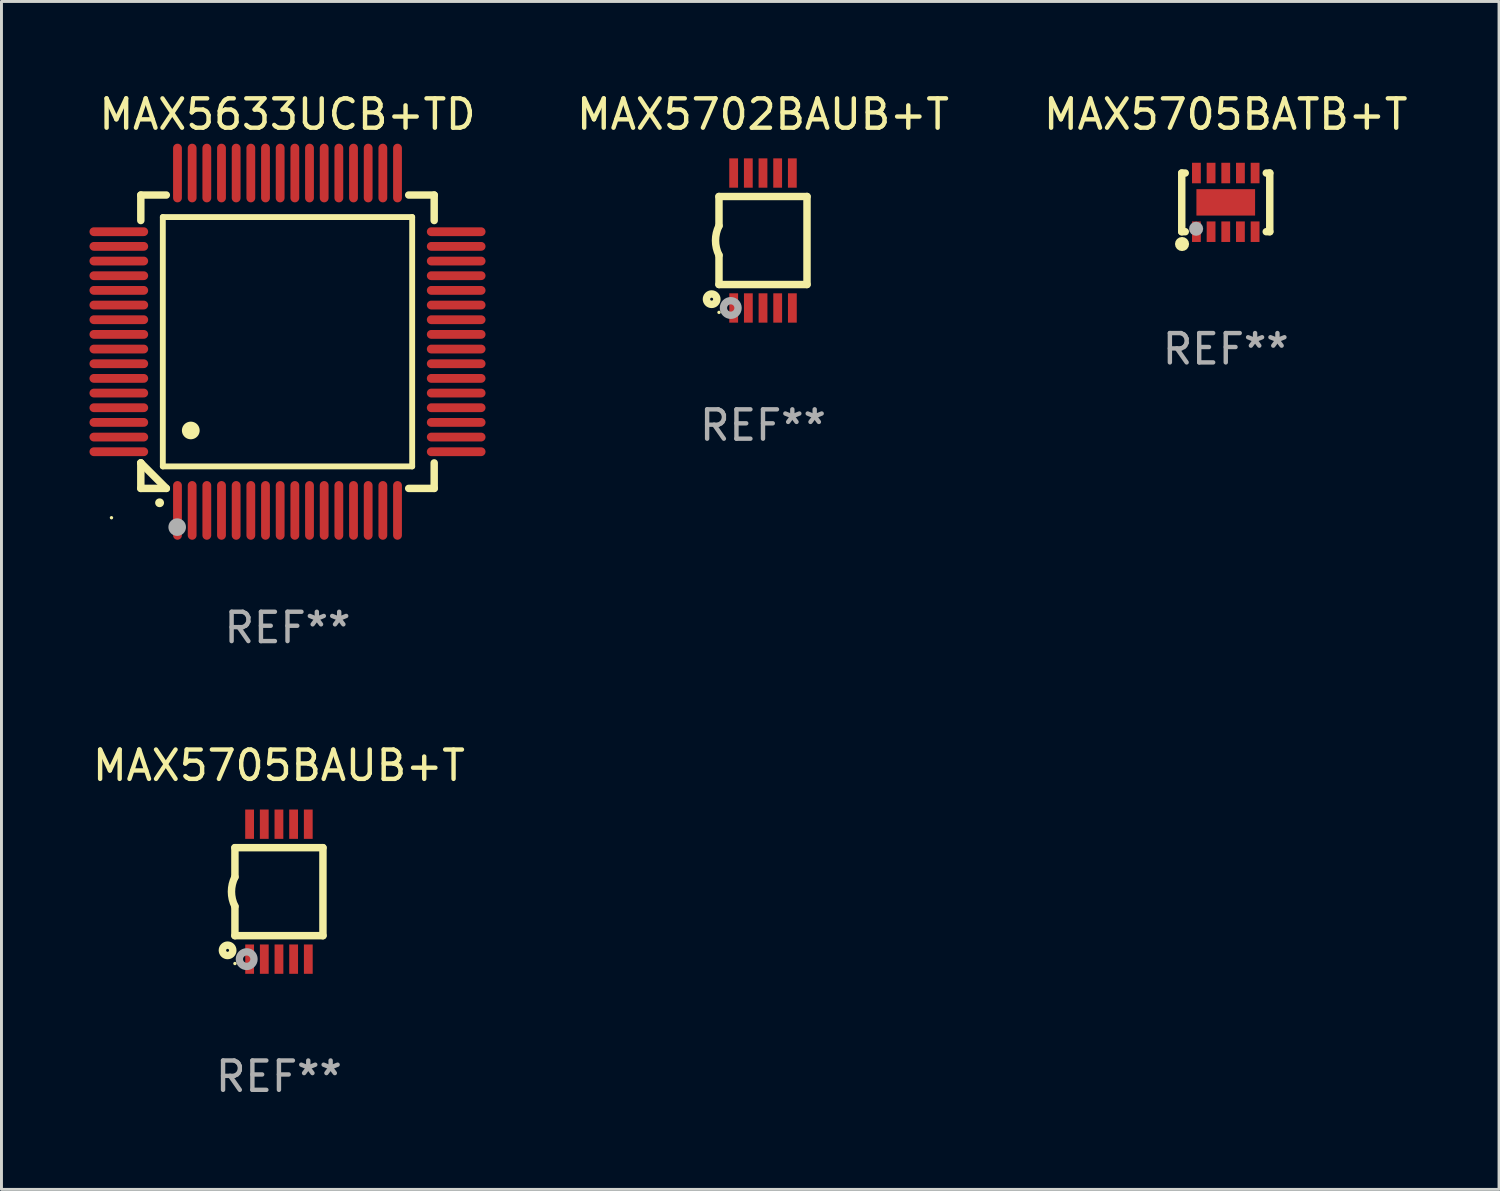
<source format=kicad_pcb>
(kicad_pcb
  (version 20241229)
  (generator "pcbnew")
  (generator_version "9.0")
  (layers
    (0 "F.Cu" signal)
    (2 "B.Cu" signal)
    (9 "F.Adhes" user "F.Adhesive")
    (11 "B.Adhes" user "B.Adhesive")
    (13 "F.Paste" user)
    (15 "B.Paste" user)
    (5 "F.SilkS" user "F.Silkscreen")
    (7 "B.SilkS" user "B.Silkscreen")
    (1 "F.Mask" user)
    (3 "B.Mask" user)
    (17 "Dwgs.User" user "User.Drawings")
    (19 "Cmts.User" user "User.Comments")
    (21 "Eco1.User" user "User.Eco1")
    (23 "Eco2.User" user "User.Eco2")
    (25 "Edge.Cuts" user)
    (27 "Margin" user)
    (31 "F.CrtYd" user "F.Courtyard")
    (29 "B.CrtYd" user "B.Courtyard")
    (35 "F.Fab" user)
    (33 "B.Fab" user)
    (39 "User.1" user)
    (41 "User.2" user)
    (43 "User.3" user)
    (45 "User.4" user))
  (footprint "MAX5705BATB+T"
    (layer "F.Cu")
    (at 38.732 3.848)
    (property "Reference" "MAX5705BATB+T" (at 0 -3 0) (layer "F.SilkS") (effects (font (size 1 1) (thickness 0.15))))
    (attr through_hole)
    (fp_line (start -1.5 -1) (end -1.5 1) (stroke (width 0.254) (type solid)) (layer "F.SilkS"))
    (fp_line (start -1.5 -1) (end -1.381 -1) (stroke (width 0.254) (type solid)) (layer "F.SilkS"))
    (fp_line (start -1.5 1) (end -1.381 1) (stroke (width 0.254) (type solid)) (layer "F.SilkS"))
    (fp_line (start 1.381 -1) (end 1.5 -1) (stroke (width 0.254) (type solid)) (layer "F.SilkS"))
    (fp_line (start 1.381 1) (end 1.5 1) (stroke (width 0.254) (type solid)) (layer "F.SilkS"))
    (fp_line (start 1.5 -1) (end 1.5 1) (stroke (width 0.254) (type solid)) (layer "F.SilkS"))
    (fp_circle (center -1.5 1) (end -1.47 1) (stroke (width 0.06) (type solid)) (fill no) (layer "F.SilkS"))
    (fp_circle (center -1.49 1.42) (end -1.37 1.42) (stroke (width 0.24) (type solid)) (fill no) (layer "F.SilkS"))
    (fp_circle (center -1.01 0.9) (end -0.89 0.9) (stroke (width 0.24) (type solid)) (fill no) (layer "F.Fab"))
    (fp_text user "REF**" (at 0 5 0) (layer "F.Fab") (effects (font (size 1 1) (thickness 0.15))))
    (pad "1" smd rect (at -1 1) (size 0.3 0.7) (layers "F.Cu" "F.Mask" "F.Paste"))
    (pad "2" smd rect (at -0.5 1) (size 0.3 0.7) (layers "F.Cu" "F.Mask" "F.Paste"))
    (pad "3" smd rect (at 0 1) (size 0.3 0.7) (layers "F.Cu" "F.Mask" "F.Paste"))
    (pad "4" smd rect (at 0.5 1) (size 0.3 0.7) (layers "F.Cu" "F.Mask" "F.Paste"))
    (pad "5" smd rect (at 1 1) (size 0.3 0.7) (layers "F.Cu" "F.Mask" "F.Paste"))
    (pad "6" smd rect (at 1 -1) (size 0.3 0.7) (layers "F.Cu" "F.Mask" "F.Paste"))
    (pad "7" smd rect (at 0.5 -1) (size 0.3 0.7) (layers "F.Cu" "F.Mask" "F.Paste"))
    (pad "8" smd rect (at 0 -1) (size 0.3 0.7) (layers "F.Cu" "F.Mask" "F.Paste"))
    (pad "9" smd rect (at -0.5 -1) (size 0.3 0.7) (layers "F.Cu" "F.Mask" "F.Paste"))
    (pad "10" smd rect (at -1 -1) (size 0.3 0.7) (layers "F.Cu" "F.Mask" "F.Paste"))
    (pad "11" smd rect (at 0 0 90) (size 0.9 2) (layers "F.Cu" "F.Mask" "F.Paste")))
  (footprint "MAX5702BAUB+T"
    (layer "F.Cu")
    (at 22.958 5.148)
    (property "Reference" "MAX5702BAUB+T" (at 0 -4.3 0) (layer "F.SilkS") (effects (font (size 1 1) (thickness 0.15))))
    (attr through_hole)
    (fp_line (start -1.5 -1.5) (end -1.5 -0.5) (stroke (width 0.254) (type solid)) (layer "F.SilkS"))
    (fp_line (start -1.5 1.5) (end -1.5 0.5) (stroke (width 0.254) (type solid)) (layer "F.SilkS"))
    (fp_line (start -1.5 1.5) (end 1.5 1.5) (stroke (width 0.254) (type solid)) (layer "F.SilkS"))
    (fp_line (start 1.5 1.5) (end 1.5 -1.5) (stroke (width 0.254) (type solid)) (layer "F.SilkS"))
    (fp_line (start 1.5 -1.5) (end -1.5 -1.5) (stroke (width 0.254) (type solid)) (layer "F.SilkS"))
    (fp_arc (start -1.500165 0.5) (mid -1.618199 0) (end -1.500165 -0.5) (stroke (width 0.254001) (type solid)) (layer "F.SilkS"))
    (fp_circle (center -1.75 2) (end -1.573 2) (stroke (width 0.254) (type solid)) (fill no) (layer "F.SilkS"))
    (fp_circle (center -1.499 2.45) (end -1.469 2.45) (stroke (width 0.06) (type solid)) (fill no) (layer "F.SilkS"))
    (fp_circle (center -1.099 2.3) (end -0.975 2.3) (stroke (width 0.25) (type solid)) (fill no) (layer "F.Fab"))
    (fp_text user "REF**" (at 0 6.3 0) (layer "F.Fab") (effects (font (size 1 1) (thickness 0.15))))
    (pad "1" smd rect (at -0.999 2.3 180) (size 0.3 1) (layers "F.Cu" "F.Mask" "F.Paste"))
    (pad "2" smd rect (at -0.499 2.3 180) (size 0.3 1) (layers "F.Cu" "F.Mask" "F.Paste"))
    (pad "3" smd rect (at 0.001 2.3 180) (size 0.3 1) (layers "F.Cu" "F.Mask" "F.Paste"))
    (pad "4" smd rect (at 0.501 2.3 180) (size 0.3 1) (layers "F.Cu" "F.Mask" "F.Paste"))
    (pad "5" smd rect (at 1.001 2.3 180) (size 0.3 1) (layers "F.Cu" "F.Mask" "F.Paste"))
    (pad "6" smd rect (at 1 -2.3 180) (size 0.3 1) (layers "F.Cu" "F.Mask" "F.Paste"))
    (pad "7" smd rect (at 0.5 -2.3 180) (size 0.3 1) (layers "F.Cu" "F.Mask" "F.Paste"))
    (pad "8" smd rect (at -0.000165 -2.3 180) (size 0.3 1) (layers "F.Cu" "F.Mask" "F.Paste"))
    (pad "9" smd rect (at -0.5 -2.3 180) (size 0.3 1) (layers "F.Cu" "F.Mask" "F.Paste"))
    (pad "10" smd rect (at -1 -2.3 180) (size 0.3 1) (layers "F.Cu" "F.Mask" "F.Paste")))
  (footprint "MAX5633UCB+TD"
    (layer "F.Cu")
    (at 6.75 8.598)
    (property "Reference" "MAX5633UCB+TD" (at 0 -7.75 0) (layer "F.SilkS") (effects (font (size 1 1) (thickness 0.15))))
    (attr through_hole)
    (fp_line (start -5 -5) (end -4.131 -5) (stroke (width 0.254) (type solid)) (layer "F.SilkS"))
    (fp_line (start -5 -4.131) (end -5 -5) (stroke (width 0.254) (type solid)) (layer "F.SilkS"))
    (fp_line (start -5 4.131) (end -5 4.131) (stroke (width 0.254) (type solid)) (layer "F.SilkS"))
    (fp_line (start -5 5) (end -5 4.131) (stroke (width 0.254) (type solid)) (layer "F.SilkS"))
    (fp_line (start -5 4.131) (end -4.131 5) (stroke (width 0.254) (type solid)) (layer "F.SilkS"))
    (fp_line (start -4.25 -4.25) (end -4.25 4.25) (stroke (width 0.2) (type solid)) (layer "F.SilkS"))
    (fp_line (start -4.25 4.25) (end 4.25 4.25) (stroke (width 0.2) (type solid)) (layer "F.SilkS"))
    (fp_line (start -4.131 5) (end -5 5) (stroke (width 0.254) (type solid)) (layer "F.SilkS"))
    (fp_line (start 4.25 -4.25) (end -4.25 -4.25) (stroke (width 0.2) (type solid)) (layer "F.SilkS"))
    (fp_line (start 4.25 4.25) (end 4.25 -4.25) (stroke (width 0.2) (type solid)) (layer "F.SilkS"))
    (fp_line (start 5 -5) (end 4.131 -5) (stroke (width 0.254) (type solid)) (layer "F.SilkS"))
    (fp_line (start 5 -5) (end 5 -4.131) (stroke (width 0.254) (type solid)) (layer "F.SilkS"))
    (fp_line (start 5 4.131) (end 5 5) (stroke (width 0.254) (type solid)) (layer "F.SilkS"))
    (fp_line (start 5 5) (end 4.131 5) (stroke (width 0.254) (type solid)) (layer "F.SilkS"))
    (fp_arc (start -4.361265 5.489992) (mid -4.359995 5.489987) (end -4.358725 5.489992) (stroke (width 0.3) (type solid)) (layer "F.SilkS"))
    (fp_arc (start -3.299467 3.025146) (mid -3.296927 3.025135) (end -3.294387 3.025146) (stroke (width 0.6) (type solid)) (layer "F.SilkS"))
    (fp_circle (center -6 6) (end -5.97 6) (stroke (width 0.06) (type solid)) (fill no) (layer "F.SilkS"))
    (fp_circle (center -3.76 6.32) (end -3.61 6.32) (stroke (width 0.3) (type solid)) (fill no) (layer "F.Fab"))
    (fp_text user "REF**" (at 0 9.75 0) (layer "F.Fab") (effects (font (size 1 1) (thickness 0.15))))
    (pad "1" smd oval (at -3.75 5.75) (size 0.3 2) (layers "F.Cu" "F.Mask" "F.Paste"))
    (pad "2" smd oval (at -3.25 5.75) (size 0.3 2) (layers "F.Cu" "F.Mask" "F.Paste"))
    (pad "3" smd oval (at -2.75 5.75) (size 0.3 2) (layers "F.Cu" "F.Mask" "F.Paste"))
    (pad "4" smd oval (at -2.25 5.75) (size 0.3 2) (layers "F.Cu" "F.Mask" "F.Paste"))
    (pad "5" smd oval (at -1.75 5.75) (size 0.3 2) (layers "F.Cu" "F.Mask" "F.Paste"))
    (pad "6" smd oval (at -1.25 5.75) (size 0.3 2) (layers "F.Cu" "F.Mask" "F.Paste"))
    (pad "7" smd oval (at -0.75 5.75) (size 0.3 2) (layers "F.Cu" "F.Mask" "F.Paste"))
    (pad "8" smd oval (at -0.25 5.75) (size 0.3 2) (layers "F.Cu" "F.Mask" "F.Paste"))
    (pad "9" smd oval (at 0.25 5.75) (size 0.3 2) (layers "F.Cu" "F.Mask" "F.Paste"))
    (pad "10" smd oval (at 0.75 5.75) (size 0.3 2) (layers "F.Cu" "F.Mask" "F.Paste"))
    (pad "11" smd oval (at 1.25 5.75) (size 0.3 2) (layers "F.Cu" "F.Mask" "F.Paste"))
    (pad "12" smd oval (at 1.75 5.75) (size 0.3 2) (layers "F.Cu" "F.Mask" "F.Paste"))
    (pad "13" smd oval (at 2.25 5.75) (size 0.3 2) (layers "F.Cu" "F.Mask" "F.Paste"))
    (pad "14" smd oval (at 2.75 5.75) (size 0.3 2) (layers "F.Cu" "F.Mask" "F.Paste"))
    (pad "15" smd oval (at 3.25 5.75) (size 0.3 2) (layers "F.Cu" "F.Mask" "F.Paste"))
    (pad "16" smd oval (at 3.75 5.75) (size 0.3 2) (layers "F.Cu" "F.Mask" "F.Paste"))
    (pad "17" smd oval (at 5.75 3.75) (size 2 0.3) (layers "F.Cu" "F.Mask" "F.Paste"))
    (pad "18" smd oval (at 5.75 3.25) (size 2 0.3) (layers "F.Cu" "F.Mask" "F.Paste"))
    (pad "19" smd oval (at 5.75 2.75) (size 2 0.3) (layers "F.Cu" "F.Mask" "F.Paste"))
    (pad "20" smd oval (at 5.75 2.25) (size 2 0.3) (layers "F.Cu" "F.Mask" "F.Paste"))
    (pad "21" smd oval (at 5.75 1.75) (size 2 0.3) (layers "F.Cu" "F.Mask" "F.Paste"))
    (pad "22" smd oval (at 5.75 1.25) (size 2 0.3) (layers "F.Cu" "F.Mask" "F.Paste"))
    (pad "23" smd oval (at 5.75 0.75) (size 2 0.3) (layers "F.Cu" "F.Mask" "F.Paste"))
    (pad "24" smd oval (at 5.75 0.25) (size 2 0.3) (layers "F.Cu" "F.Mask" "F.Paste"))
    (pad "25" smd oval (at 5.75 -0.25) (size 2 0.3) (layers "F.Cu" "F.Mask" "F.Paste"))
    (pad "26" smd oval (at 5.75 -0.75) (size 2 0.3) (layers "F.Cu" "F.Mask" "F.Paste"))
    (pad "27" smd oval (at 5.75 -1.25) (size 2 0.3) (layers "F.Cu" "F.Mask" "F.Paste"))
    (pad "28" smd oval (at 5.75 -1.75) (size 2 0.3) (layers "F.Cu" "F.Mask" "F.Paste"))
    (pad "29" smd oval (at 5.75 -2.25) (size 2 0.3) (layers "F.Cu" "F.Mask" "F.Paste"))
    (pad "30" smd oval (at 5.75 -2.75) (size 2 0.3) (layers "F.Cu" "F.Mask" "F.Paste"))
    (pad "31" smd oval (at 5.75 -3.25) (size 2 0.3) (layers "F.Cu" "F.Mask" "F.Paste"))
    (pad "32" smd oval (at 5.75 -3.75) (size 2 0.3) (layers "F.Cu" "F.Mask" "F.Paste"))
    (pad "33" smd oval (at 3.75 -5.75) (size 0.3 2) (layers "F.Cu" "F.Mask" "F.Paste"))
    (pad "34" smd oval (at 3.25 -5.75) (size 0.3 2) (layers "F.Cu" "F.Mask" "F.Paste"))
    (pad "35" smd oval (at 2.75 -5.75) (size 0.3 2) (layers "F.Cu" "F.Mask" "F.Paste"))
    (pad "36" smd oval (at 2.25 -5.75) (size 0.3 2) (layers "F.Cu" "F.Mask" "F.Paste"))
    (pad "37" smd oval (at 1.75 -5.75) (size 0.3 2) (layers "F.Cu" "F.Mask" "F.Paste"))
    (pad "38" smd oval (at 1.25 -5.75) (size 0.3 2) (layers "F.Cu" "F.Mask" "F.Paste"))
    (pad "39" smd oval (at 0.75 -5.75) (size 0.3 2) (layers "F.Cu" "F.Mask" "F.Paste"))
    (pad "40" smd oval (at 0.25 -5.75) (size 0.3 2) (layers "F.Cu" "F.Mask" "F.Paste"))
    (pad "41" smd oval (at -0.25 -5.75) (size 0.3 2) (layers "F.Cu" "F.Mask" "F.Paste"))
    (pad "42" smd oval (at -0.75 -5.75) (size 0.3 2) (layers "F.Cu" "F.Mask" "F.Paste"))
    (pad "43" smd oval (at -1.25 -5.75) (size 0.3 2) (layers "F.Cu" "F.Mask" "F.Paste"))
    (pad "44" smd oval (at -1.75 -5.75) (size 0.3 2) (layers "F.Cu" "F.Mask" "F.Paste"))
    (pad "45" smd oval (at -2.25 -5.75) (size 0.3 2) (layers "F.Cu" "F.Mask" "F.Paste"))
    (pad "46" smd oval (at -2.75 -5.75) (size 0.3 2) (layers "F.Cu" "F.Mask" "F.Paste"))
    (pad "47" smd oval (at -3.25 -5.75) (size 0.3 2) (layers "F.Cu" "F.Mask" "F.Paste"))
    (pad "48" smd oval (at -3.75 -5.75) (size 0.3 2) (layers "F.Cu" "F.Mask" "F.Paste"))
    (pad "49" smd oval (at -5.75 -3.75) (size 2 0.3) (layers "F.Cu" "F.Mask" "F.Paste"))
    (pad "50" smd oval (at -5.75 -3.25) (size 2 0.3) (layers "F.Cu" "F.Mask" "F.Paste"))
    (pad "51" smd oval (at -5.75 -2.75) (size 2 0.3) (layers "F.Cu" "F.Mask" "F.Paste"))
    (pad "52" smd oval (at -5.75 -2.25) (size 2 0.3) (layers "F.Cu" "F.Mask" "F.Paste"))
    (pad "53" smd oval (at -5.75 -1.75) (size 2 0.3) (layers "F.Cu" "F.Mask" "F.Paste"))
    (pad "54" smd oval (at -5.75 -1.25) (size 2 0.3) (layers "F.Cu" "F.Mask" "F.Paste"))
    (pad "55" smd oval (at -5.75 -0.75) (size 2 0.3) (layers "F.Cu" "F.Mask" "F.Paste"))
    (pad "56" smd oval (at -5.75 -0.25) (size 2 0.3) (layers "F.Cu" "F.Mask" "F.Paste"))
    (pad "57" smd oval (at -5.75 0.25) (size 2 0.3) (layers "F.Cu" "F.Mask" "F.Paste"))
    (pad "58" smd oval (at -5.75 0.75) (size 2 0.3) (layers "F.Cu" "F.Mask" "F.Paste"))
    (pad "59" smd oval (at -5.75 1.25) (size 2 0.3) (layers "F.Cu" "F.Mask" "F.Paste"))
    (pad "60" smd oval (at -5.75 1.75) (size 2 0.3) (layers "F.Cu" "F.Mask" "F.Paste"))
    (pad "61" smd oval (at -5.75 2.25) (size 2 0.3) (layers "F.Cu" "F.Mask" "F.Paste"))
    (pad "62" smd oval (at -5.75 2.75) (size 2 0.3) (layers "F.Cu" "F.Mask" "F.Paste"))
    (pad "63" smd oval (at -5.75 3.25) (size 2 0.3) (layers "F.Cu" "F.Mask" "F.Paste"))
    (pad "64" smd oval (at -5.75 3.75) (size 2 0.3) (layers "F.Cu" "F.Mask" "F.Paste")))
  (footprint "MAX5705BAUB+T"
    (layer "F.Cu")
    (at 6.458 27.344)
    (property "Reference" "MAX5705BAUB+T" (at 0 -4.3 0) (layer "F.SilkS") (effects (font (size 1 1) (thickness 0.15))))
    (attr through_hole)
    (fp_line (start -1.5 -1.5) (end -1.5 -0.5) (stroke (width 0.254) (type solid)) (layer "F.SilkS"))
    (fp_line (start -1.5 1.5) (end -1.5 0.5) (stroke (width 0.254) (type solid)) (layer "F.SilkS"))
    (fp_line (start -1.5 1.5) (end 1.5 1.5) (stroke (width 0.254) (type solid)) (layer "F.SilkS"))
    (fp_line (start 1.5 1.5) (end 1.5 -1.5) (stroke (width 0.254) (type solid)) (layer "F.SilkS"))
    (fp_line (start 1.5 -1.5) (end -1.5 -1.5) (stroke (width 0.254) (type solid)) (layer "F.SilkS"))
    (fp_arc (start -1.500165 0.5) (mid -1.618199 0) (end -1.500165 -0.5) (stroke (width 0.254001) (type solid)) (layer "F.SilkS"))
    (fp_circle (center -1.75 2) (end -1.573 2) (stroke (width 0.254) (type solid)) (fill no) (layer "F.SilkS"))
    (fp_circle (center -1.499 2.45) (end -1.469 2.45) (stroke (width 0.06) (type solid)) (fill no) (layer "F.SilkS"))
    (fp_circle (center -1.099 2.3) (end -0.975 2.3) (stroke (width 0.25) (type solid)) (fill no) (layer "F.Fab"))
    (fp_text user "REF**" (at 0 6.3 0) (layer "F.Fab") (effects (font (size 1 1) (thickness 0.15))))
    (pad "1" smd rect (at -0.999 2.3 180) (size 0.3 1) (layers "F.Cu" "F.Mask" "F.Paste"))
    (pad "2" smd rect (at -0.499 2.3 180) (size 0.3 1) (layers "F.Cu" "F.Mask" "F.Paste"))
    (pad "3" smd rect (at 0.001 2.3 180) (size 0.3 1) (layers "F.Cu" "F.Mask" "F.Paste"))
    (pad "4" smd rect (at 0.501 2.3 180) (size 0.3 1) (layers "F.Cu" "F.Mask" "F.Paste"))
    (pad "5" smd rect (at 1.001 2.3 180) (size 0.3 1) (layers "F.Cu" "F.Mask" "F.Paste"))
    (pad "6" smd rect (at 1 -2.3 180) (size 0.3 1) (layers "F.Cu" "F.Mask" "F.Paste"))
    (pad "7" smd rect (at 0.5 -2.3 180) (size 0.3 1) (layers "F.Cu" "F.Mask" "F.Paste"))
    (pad "8" smd rect (at -0.000165 -2.3 180) (size 0.3 1) (layers "F.Cu" "F.Mask" "F.Paste"))
    (pad "9" smd rect (at -0.5 -2.3 180) (size 0.3 1) (layers "F.Cu" "F.Mask" "F.Paste"))
    (pad "10" smd rect (at -1 -2.3 180) (size 0.3 1) (layers "F.Cu" "F.Mask" "F.Paste")))
  (gr_rect
    (start -3 -3)
    (end 48.047 37.493)
    (stroke (width 0.1) (type default))
    (fill no)
    (layer "Edge.Cuts")))
</source>
